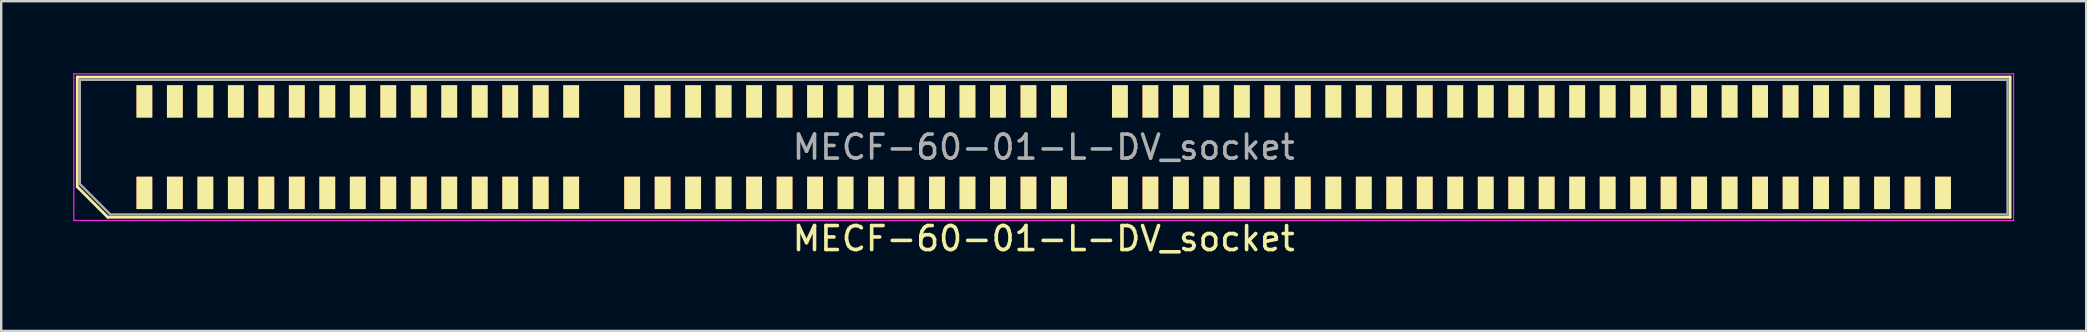
<source format=kicad_pcb>
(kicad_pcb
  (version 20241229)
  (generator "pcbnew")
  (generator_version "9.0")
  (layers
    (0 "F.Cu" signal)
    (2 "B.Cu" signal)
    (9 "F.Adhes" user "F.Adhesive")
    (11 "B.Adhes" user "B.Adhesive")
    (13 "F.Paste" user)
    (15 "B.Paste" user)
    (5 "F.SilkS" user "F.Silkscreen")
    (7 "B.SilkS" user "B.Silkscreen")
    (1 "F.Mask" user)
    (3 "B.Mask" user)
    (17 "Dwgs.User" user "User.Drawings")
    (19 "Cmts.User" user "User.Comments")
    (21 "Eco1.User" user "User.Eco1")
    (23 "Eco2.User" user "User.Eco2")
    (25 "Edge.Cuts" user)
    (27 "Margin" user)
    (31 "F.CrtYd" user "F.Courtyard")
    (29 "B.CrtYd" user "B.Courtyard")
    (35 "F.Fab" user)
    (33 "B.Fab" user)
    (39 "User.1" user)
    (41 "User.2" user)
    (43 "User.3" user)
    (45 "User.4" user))
  (footprint "MECF-60-01-L-DV_socket"
    (layer "F.Cu")
    (at 40.43 3.08)
    (property "Reference" "MECF-60-01-L-DV_socket" (at 0 3.81 0) (layer "F.SilkS") (effects (font (size 1 1) (thickness 0.15))))
    (attr smd)
    (fp_line (start -40.26 -2.92) (end 40.26 -2.92) (stroke (width 0.12) (type solid)) (layer "F.SilkS"))
    (fp_line (start -40.26 1.65) (end -40.26 -2.92) (stroke (width 0.12) (type solid)) (layer "F.SilkS"))
    (fp_line (start -38.99 2.92) (end -40.26 1.65) (stroke (width 0.12) (type solid)) (layer "F.SilkS"))
    (fp_line (start -38.99 2.92) (end 40.26 2.92) (stroke (width 0.12) (type solid)) (layer "F.SilkS"))
    (fp_line (start 40.26 2.92) (end 40.26 -2.92) (stroke (width 0.12) (type solid)) (layer "F.SilkS"))
    (fp_line (start -40.405 -3.055) (end -40.405 3.055) (stroke (width 0.05) (type solid)) (layer "F.CrtYd"))
    (fp_line (start -40.405 3.055) (end 40.405 3.055) (stroke (width 0.05) (type solid)) (layer "F.CrtYd"))
    (fp_line (start 40.405 -3.055) (end -40.405 -3.055) (stroke (width 0.05) (type solid)) (layer "F.CrtYd"))
    (fp_line (start 40.405 3.055) (end 40.405 -3.055) (stroke (width 0.05) (type solid)) (layer "F.CrtYd"))
    (fp_line (start -40.155 -2.805) (end 40.155 -2.805) (stroke (width 0.1) (type solid)) (layer "F.Fab"))
    (fp_line (start -40.155 1.535) (end -40.155 -2.805) (stroke (width 0.1) (type solid)) (layer "F.Fab"))
    (fp_line (start -40.155 1.535) (end -38.885 2.805) (stroke (width 0.1) (type solid)) (layer "F.Fab"))
    (fp_line (start -38.885 2.805) (end 40.155 2.805) (stroke (width 0.1) (type solid)) (layer "F.Fab"))
    (fp_line (start 40.155 2.805) (end 40.155 -2.805) (stroke (width 0.1) (type solid)) (layer "F.Fab"))
    (fp_text user "${REFERENCE}" (at 0 0 0) (layer "F.Fab") (effects (font (size 1 1) (thickness 0.15))))
    (pad "" np_thru_hole circle (at -39.245 0) (size 0.001 0.001) (drill 1.45) (layers "*.Cu" "*.Mask" "F.SilkS"))
    (pad "" np_thru_hole circle (at 39.245 1) (size 0.001 0.001) (drill 1.45) (layers "*.Cu" "*.Mask" "F.SilkS"))
    (pad "1" smd rect (at -37.465 1.905) (size 0.66 1.35) (layers "F.Cu" "F.Mask" "F.SilkS"))
    (pad "2" smd rect (at -37.465 -1.905) (size 0.66 1.35) (layers "F.Cu" "F.Mask" "F.SilkS"))
    (pad "3" smd rect (at -36.195 1.905) (size 0.66 1.35) (layers "F.Cu" "F.Mask" "F.SilkS"))
    (pad "4" smd rect (at -36.195 -1.905) (size 0.66 1.35) (layers "F.Cu" "F.Mask" "F.SilkS"))
    (pad "5" smd rect (at -34.925 1.905) (size 0.66 1.35) (layers "F.Cu" "F.Mask" "F.SilkS"))
    (pad "6" smd rect (at -34.925 -1.905) (size 0.66 1.35) (layers "F.Cu" "F.Mask" "F.SilkS"))
    (pad "7" smd rect (at -33.655 1.905) (size 0.66 1.35) (layers "F.Cu" "F.Mask" "F.SilkS"))
    (pad "8" smd rect (at -33.655 -1.905) (size 0.66 1.35) (layers "F.Cu" "F.Mask" "F.SilkS"))
    (pad "9" smd rect (at -32.385 1.905) (size 0.66 1.35) (layers "F.Cu" "F.Mask" "F.SilkS"))
    (pad "10" smd rect (at -32.385 -1.905) (size 0.66 1.35) (layers "F.Cu" "F.Mask" "F.SilkS"))
    (pad "11" smd rect (at -31.115 1.905) (size 0.66 1.35) (layers "F.Cu" "F.Mask" "F.SilkS"))
    (pad "12" smd rect (at -31.115 -1.905) (size 0.66 1.35) (layers "F.Cu" "F.Mask" "F.SilkS"))
    (pad "13" smd rect (at -29.845 1.905) (size 0.66 1.35) (layers "F.Cu" "F.Mask" "F.SilkS"))
    (pad "14" smd rect (at -29.845 -1.905) (size 0.66 1.35) (layers "F.Cu" "F.Mask" "F.SilkS"))
    (pad "15" smd rect (at -28.575 1.905) (size 0.66 1.35) (layers "F.Cu" "F.Mask" "F.SilkS"))
    (pad "16" smd rect (at -28.575 -1.905) (size 0.66 1.35) (layers "F.Cu" "F.Mask" "F.SilkS"))
    (pad "17" smd rect (at -27.305 1.905) (size 0.66 1.35) (layers "F.Cu" "F.Mask" "F.SilkS"))
    (pad "18" smd rect (at -27.305 -1.905) (size 0.66 1.35) (layers "F.Cu" "F.Mask" "F.SilkS"))
    (pad "19" smd rect (at -26.035 1.905) (size 0.66 1.35) (layers "F.Cu" "F.Mask" "F.SilkS"))
    (pad "20" smd rect (at -26.035 -1.905) (size 0.66 1.35) (layers "F.Cu" "F.Mask" "F.SilkS"))
    (pad "21" smd rect (at -24.765 1.905) (size 0.66 1.35) (layers "F.Cu" "F.Mask" "F.SilkS"))
    (pad "22" smd rect (at -24.765 -1.905) (size 0.66 1.35) (layers "F.Cu" "F.Mask" "F.SilkS"))
    (pad "23" smd rect (at -23.495 1.905) (size 0.66 1.35) (layers "F.Cu" "F.Mask" "F.SilkS"))
    (pad "24" smd rect (at -23.495 -1.905) (size 0.66 1.35) (layers "F.Cu" "F.Mask" "F.SilkS"))
    (pad "25" smd rect (at -22.225 1.905) (size 0.66 1.35) (layers "F.Cu" "F.Mask" "F.SilkS"))
    (pad "26" smd rect (at -22.225 -1.905) (size 0.66 1.35) (layers "F.Cu" "F.Mask" "F.SilkS"))
    (pad "27" smd rect (at -20.955 1.905) (size 0.66 1.35) (layers "F.Cu" "F.Mask" "F.SilkS"))
    (pad "28" smd rect (at -20.955 -1.905) (size 0.66 1.35) (layers "F.Cu" "F.Mask" "F.SilkS"))
    (pad "29" smd rect (at -19.685 1.905) (size 0.66 1.35) (layers "F.Cu" "F.Mask" "F.SilkS"))
    (pad "30" smd rect (at -19.685 -1.905) (size 0.66 1.35) (layers "F.Cu" "F.Mask" "F.SilkS"))
    (pad "33" smd rect (at -17.145 1.905) (size 0.66 1.35) (layers "F.Cu" "F.Mask" "F.SilkS"))
    (pad "34" smd rect (at -17.145 -1.905) (size 0.66 1.35) (layers "F.Cu" "F.Mask" "F.SilkS"))
    (pad "35" smd rect (at -15.875 1.905) (size 0.66 1.35) (layers "F.Cu" "F.Mask" "F.SilkS"))
    (pad "36" smd rect (at -15.875 -1.905) (size 0.66 1.35) (layers "F.Cu" "F.Mask" "F.SilkS"))
    (pad "37" smd rect (at -14.605 1.905) (size 0.66 1.35) (layers "F.Cu" "F.Mask" "F.SilkS"))
    (pad "38" smd rect (at -14.605 -1.905) (size 0.66 1.35) (layers "F.Cu" "F.Mask" "F.SilkS"))
    (pad "39" smd rect (at -13.335 1.905) (size 0.66 1.35) (layers "F.Cu" "F.Mask" "F.SilkS"))
    (pad "40" smd rect (at -13.335 -1.905) (size 0.66 1.35) (layers "F.Cu" "F.Mask" "F.SilkS"))
    (pad "41" smd rect (at -12.065 1.905) (size 0.66 1.35) (layers "F.Cu" "F.Mask" "F.SilkS"))
    (pad "42" smd rect (at -12.065 -1.905) (size 0.66 1.35) (layers "F.Cu" "F.Mask" "F.SilkS"))
    (pad "43" smd rect (at -10.795 1.905) (size 0.66 1.35) (layers "F.Cu" "F.Mask" "F.SilkS"))
    (pad "44" smd rect (at -10.795 -1.905) (size 0.66 1.35) (layers "F.Cu" "F.Mask" "F.SilkS"))
    (pad "45" smd rect (at -9.525 1.905) (size 0.66 1.35) (layers "F.Cu" "F.Mask" "F.SilkS"))
    (pad "46" smd rect (at -9.525 -1.905) (size 0.66 1.35) (layers "F.Cu" "F.Mask" "F.SilkS"))
    (pad "47" smd rect (at -8.255 1.905) (size 0.66 1.35) (layers "F.Cu" "F.Mask" "F.SilkS"))
    (pad "48" smd rect (at -8.255 -1.905) (size 0.66 1.35) (layers "F.Cu" "F.Mask" "F.SilkS"))
    (pad "49" smd rect (at -6.985 1.905) (size 0.66 1.35) (layers "F.Cu" "F.Mask" "F.SilkS"))
    (pad "50" smd rect (at -6.985 -1.905) (size 0.66 1.35) (layers "F.Cu" "F.Mask" "F.SilkS"))
    (pad "51" smd rect (at -5.715 1.905) (size 0.66 1.35) (layers "F.Cu" "F.Mask" "F.SilkS"))
    (pad "52" smd rect (at -5.715 -1.905) (size 0.66 1.35) (layers "F.Cu" "F.Mask" "F.SilkS"))
    (pad "53" smd rect (at -4.445 1.905) (size 0.66 1.35) (layers "F.Cu" "F.Mask" "F.SilkS"))
    (pad "54" smd rect (at -4.445 -1.905) (size 0.66 1.35) (layers "F.Cu" "F.Mask" "F.SilkS"))
    (pad "55" smd rect (at -3.175 1.905) (size 0.66 1.35) (layers "F.Cu" "F.Mask" "F.SilkS"))
    (pad "56" smd rect (at -3.175 -1.905) (size 0.66 1.35) (layers "F.Cu" "F.Mask" "F.SilkS"))
    (pad "57" smd rect (at -1.905 1.905) (size 0.66 1.35) (layers "F.Cu" "F.Mask" "F.SilkS"))
    (pad "58" smd rect (at -1.905 -1.905) (size 0.66 1.35) (layers "F.Cu" "F.Mask" "F.SilkS"))
    (pad "59" smd rect (at -0.635 1.905) (size 0.66 1.35) (layers "F.Cu" "F.Mask" "F.SilkS"))
    (pad "60" smd rect (at -0.635 -1.905) (size 0.66 1.35) (layers "F.Cu" "F.Mask" "F.SilkS"))
    (pad "61" smd rect (at 0.635 1.905) (size 0.66 1.35) (layers "F.Cu" "F.Mask" "F.SilkS"))
    (pad "62" smd rect (at 0.635 -1.905) (size 0.66 1.35) (layers "F.Cu" "F.Mask" "F.SilkS"))
    (pad "65" smd rect (at 3.175 1.905) (size 0.66 1.35) (layers "F.Cu" "F.Mask" "F.SilkS"))
    (pad "66" smd rect (at 3.175 -1.905) (size 0.66 1.35) (layers "F.Cu" "F.Mask" "F.SilkS"))
    (pad "67" smd rect (at 4.445 1.905) (size 0.66 1.35) (layers "F.Cu" "F.Mask" "F.SilkS"))
    (pad "68" smd rect (at 4.445 -1.905) (size 0.66 1.35) (layers "F.Cu" "F.Mask" "F.SilkS"))
    (pad "69" smd rect (at 5.715 1.905) (size 0.66 1.35) (layers "F.Cu" "F.Mask" "F.SilkS"))
    (pad "70" smd rect (at 5.715 -1.905) (size 0.66 1.35) (layers "F.Cu" "F.Mask" "F.SilkS"))
    (pad "71" smd rect (at 6.985 1.905) (size 0.66 1.35) (layers "F.Cu" "F.Mask" "F.SilkS"))
    (pad "72" smd rect (at 6.985 -1.905) (size 0.66 1.35) (layers "F.Cu" "F.Mask" "F.SilkS"))
    (pad "73" smd rect (at 8.255 1.905) (size 0.66 1.35) (layers "F.Cu" "F.Mask" "F.SilkS"))
    (pad "74" smd rect (at 8.255 -1.905) (size 0.66 1.35) (layers "F.Cu" "F.Mask" "F.SilkS"))
    (pad "75" smd rect (at 9.525 1.905) (size 0.66 1.35) (layers "F.Cu" "F.Mask" "F.SilkS"))
    (pad "76" smd rect (at 9.525 -1.905) (size 0.66 1.35) (layers "F.Cu" "F.Mask" "F.SilkS"))
    (pad "77" smd rect (at 10.795 1.905) (size 0.66 1.35) (layers "F.Cu" "F.Mask" "F.SilkS"))
    (pad "78" smd rect (at 10.795 -1.905) (size 0.66 1.35) (layers "F.Cu" "F.Mask" "F.SilkS"))
    (pad "79" smd rect (at 12.065 1.905) (size 0.66 1.35) (layers "F.Cu" "F.Mask" "F.SilkS"))
    (pad "80" smd rect (at 12.065 -1.905) (size 0.66 1.35) (layers "F.Cu" "F.Mask" "F.SilkS"))
    (pad "81" smd rect (at 13.335 1.905) (size 0.66 1.35) (layers "F.Cu" "F.Mask" "F.SilkS"))
    (pad "82" smd rect (at 13.335 -1.905) (size 0.66 1.35) (layers "F.Cu" "F.Mask" "F.SilkS"))
    (pad "83" smd rect (at 14.605 1.905) (size 0.66 1.35) (layers "F.Cu" "F.Mask" "F.SilkS"))
    (pad "84" smd rect (at 14.605 -1.905) (size 0.66 1.35) (layers "F.Cu" "F.Mask" "F.SilkS"))
    (pad "85" smd rect (at 15.875 1.905) (size 0.66 1.35) (layers "F.Cu" "F.Mask" "F.SilkS"))
    (pad "86" smd rect (at 15.875 -1.905) (size 0.66 1.35) (layers "F.Cu" "F.Mask" "F.SilkS"))
    (pad "87" smd rect (at 17.145 1.905) (size 0.66 1.35) (layers "F.Cu" "F.Mask" "F.SilkS"))
    (pad "88" smd rect (at 17.145 -1.905) (size 0.66 1.35) (layers "F.Cu" "F.Mask" "F.SilkS"))
    (pad "89" smd rect (at 18.415 1.905) (size 0.66 1.35) (layers "F.Cu" "F.Mask" "F.SilkS"))
    (pad "90" smd rect (at 18.415 -1.905) (size 0.66 1.35) (layers "F.Cu" "F.Mask" "F.SilkS"))
    (pad "91" smd rect (at 19.685 1.905) (size 0.66 1.35) (layers "F.Cu" "F.Mask" "F.SilkS"))
    (pad "92" smd rect (at 19.685 -1.905) (size 0.66 1.35) (layers "F.Cu" "F.Mask" "F.SilkS"))
    (pad "93" smd rect (at 20.955 1.905) (size 0.66 1.35) (layers "F.Cu" "F.Mask" "F.SilkS"))
    (pad "94" smd rect (at 20.955 -1.905) (size 0.66 1.35) (layers "F.Cu" "F.Mask" "F.SilkS"))
    (pad "95" smd rect (at 22.225 1.905) (size 0.66 1.35) (layers "F.Cu" "F.Mask" "F.SilkS"))
    (pad "96" smd rect (at 22.225 -1.905) (size 0.66 1.35) (layers "F.Cu" "F.Mask" "F.SilkS"))
    (pad "97" smd rect (at 23.495 1.905) (size 0.66 1.35) (layers "F.Cu" "F.Mask" "F.SilkS"))
    (pad "98" smd rect (at 23.495 -1.905) (size 0.66 1.35) (layers "F.Cu" "F.Mask" "F.SilkS"))
    (pad "99" smd rect (at 24.765 1.905) (size 0.66 1.35) (layers "F.Cu" "F.Mask" "F.SilkS"))
    (pad "100" smd rect (at 24.765 -1.905) (size 0.66 1.35) (layers "F.Cu" "F.Mask" "F.SilkS"))
    (pad "101" smd rect (at 26.035 1.905) (size 0.66 1.35) (layers "F.Cu" "F.Mask" "F.SilkS"))
    (pad "102" smd rect (at 26.035 -1.905) (size 0.66 1.35) (layers "F.Cu" "F.Mask" "F.SilkS"))
    (pad "103" smd rect (at 27.305 1.905) (size 0.66 1.35) (layers "F.Cu" "F.Mask" "F.SilkS"))
    (pad "104" smd rect (at 27.305 -1.905) (size 0.66 1.35) (layers "F.Cu" "F.Mask" "F.SilkS"))
    (pad "105" smd rect (at 28.575 1.905) (size 0.66 1.35) (layers "F.Cu" "F.Mask" "F.SilkS"))
    (pad "106" smd rect (at 28.575 -1.905) (size 0.66 1.35) (layers "F.Cu" "F.Mask" "F.SilkS"))
    (pad "107" smd rect (at 29.845 1.905) (size 0.66 1.35) (layers "F.Cu" "F.Mask" "F.SilkS"))
    (pad "108" smd rect (at 29.845 -1.905) (size 0.66 1.35) (layers "F.Cu" "F.Mask" "F.SilkS"))
    (pad "109" smd rect (at 31.115 1.905) (size 0.66 1.35) (layers "F.Cu" "F.Mask" "F.SilkS"))
    (pad "110" smd rect (at 31.115 -1.905) (size 0.66 1.35) (layers "F.Cu" "F.Mask" "F.SilkS"))
    (pad "111" smd rect (at 32.385 1.905) (size 0.66 1.35) (layers "F.Cu" "F.Mask" "F.SilkS"))
    (pad "112" smd rect (at 32.385 -1.905) (size 0.66 1.35) (layers "F.Cu" "F.Mask" "F.SilkS"))
    (pad "113" smd rect (at 33.655 1.905) (size 0.66 1.35) (layers "F.Cu" "F.Mask" "F.SilkS"))
    (pad "114" smd rect (at 33.655 -1.905) (size 0.66 1.35) (layers "F.Cu" "F.Mask" "F.SilkS"))
    (pad "115" smd rect (at 34.925 1.905) (size 0.66 1.35) (layers "F.Cu" "F.Mask" "F.SilkS"))
    (pad "116" smd rect (at 34.925 -1.905) (size 0.66 1.35) (layers "F.Cu" "F.Mask" "F.SilkS"))
    (pad "117" smd rect (at 36.195 1.905) (size 0.66 1.35) (layers "F.Cu" "F.Mask" "F.SilkS"))
    (pad "118" smd rect (at 36.195 -1.905) (size 0.66 1.35) (layers "F.Cu" "F.Mask" "F.SilkS"))
    (pad "119" smd rect (at 37.465 1.905) (size 0.66 1.35) (layers "F.Cu" "F.Mask" "F.SilkS"))
    (pad "120" smd rect (at 37.465 -1.905) (size 0.66 1.35) (layers "F.Cu" "F.Mask" "F.SilkS")))
  (gr_rect
    (start -3 -3)
    (end 83.86 10.738)
    (stroke (width 0.1) (type default))
    (fill no)
    (layer "Edge.Cuts")))
</source>
